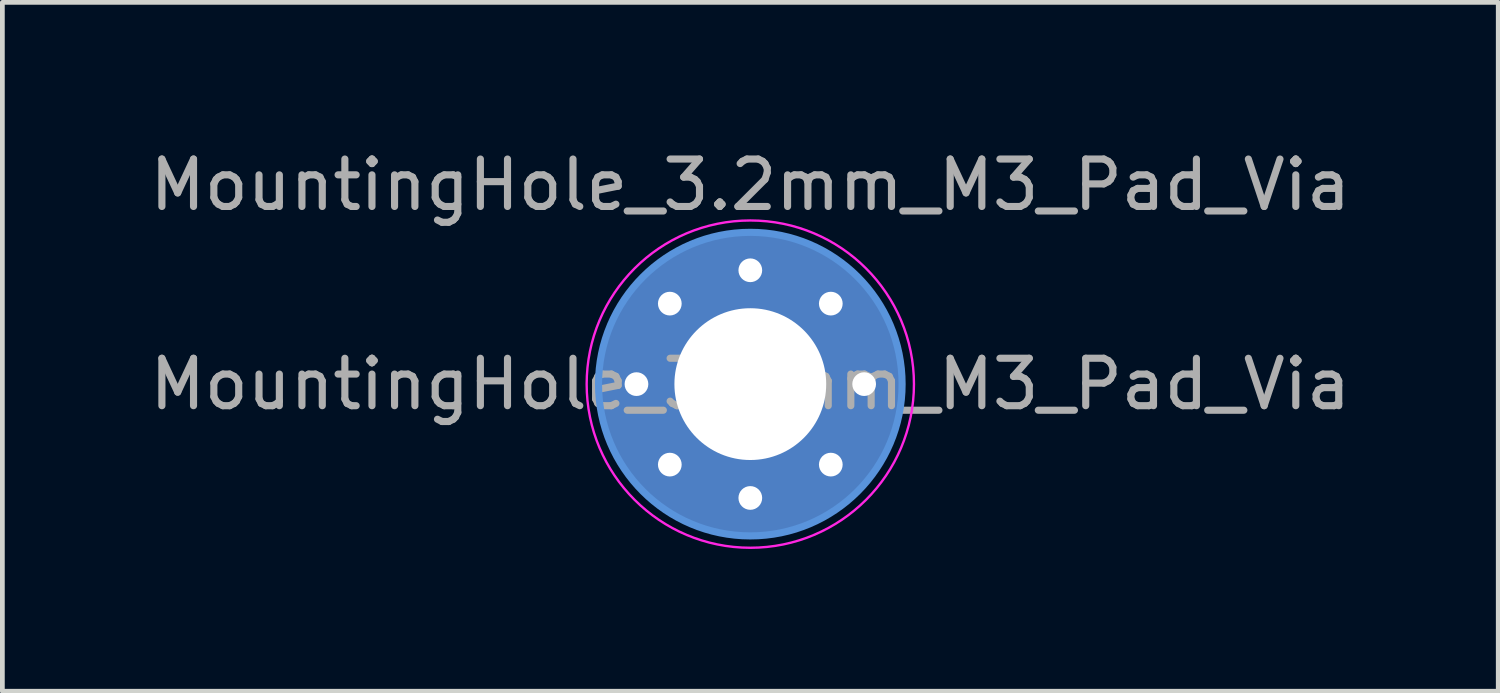
<source format=kicad_pcb>
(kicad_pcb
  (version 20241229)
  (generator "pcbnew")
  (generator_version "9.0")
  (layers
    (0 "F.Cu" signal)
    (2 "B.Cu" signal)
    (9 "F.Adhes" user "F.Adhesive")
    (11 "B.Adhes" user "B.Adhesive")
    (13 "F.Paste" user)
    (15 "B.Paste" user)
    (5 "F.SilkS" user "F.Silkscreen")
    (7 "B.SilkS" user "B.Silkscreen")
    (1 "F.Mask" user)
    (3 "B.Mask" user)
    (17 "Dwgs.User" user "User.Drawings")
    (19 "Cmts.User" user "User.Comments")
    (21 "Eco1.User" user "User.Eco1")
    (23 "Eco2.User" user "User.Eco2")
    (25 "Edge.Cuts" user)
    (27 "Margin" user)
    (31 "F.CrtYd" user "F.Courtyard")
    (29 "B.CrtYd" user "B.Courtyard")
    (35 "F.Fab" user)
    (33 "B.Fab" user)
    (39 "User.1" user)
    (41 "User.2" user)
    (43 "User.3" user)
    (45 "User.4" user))
  (footprint "MountingHole_3.2mm_M3_Pad_Via"
    (layer "F.Cu")
    (at 12.768 5.048)
    (property "Reference" "MountingHole_3.2mm_M3_Pad_Via" (at 0 -4.2 0) (layer "F.Fab") (effects (font (size 1 1) (thickness 0.15))))
    (attr exclude_from_pos_files exclude_from_bom)
    (fp_circle (center 0 0) (end 3.2 0) (stroke (width 0.15) (type solid)) (fill no) (layer "Cmts.User"))
    (fp_circle (center 0 0) (end 3.45 0) (stroke (width 0.05) (type solid)) (fill no) (layer "F.CrtYd"))
    (fp_text user "${REFERENCE}" (at 0 0 0) (layer "F.Fab") (effects (font (size 1 1) (thickness 0.15))))
    (pad "1" thru_hole circle (at -2.4 0) (size 0.8 0.8) (drill 0.5) (layers "*.Cu" "*.Mask"))
    (pad "1" thru_hole circle (at -1.697 -1.697) (size 0.8 0.8) (drill 0.5) (layers "*.Cu" "*.Mask"))
    (pad "1" thru_hole circle (at -1.697 1.697) (size 0.8 0.8) (drill 0.5) (layers "*.Cu" "*.Mask"))
    (pad "1" thru_hole circle (at 0 -2.4) (size 0.8 0.8) (drill 0.5) (layers "*.Cu" "*.Mask"))
    (pad "1" thru_hole circle (at 0 0) (size 6.4 6.4) (drill 3.2) (layers "*.Cu" "*.Mask"))
    (pad "1" thru_hole circle (at 0 2.4) (size 0.8 0.8) (drill 0.5) (layers "*.Cu" "*.Mask"))
    (pad "1" thru_hole circle (at 1.697 -1.697) (size 0.8 0.8) (drill 0.5) (layers "*.Cu" "*.Mask"))
    (pad "1" thru_hole circle (at 1.697 1.697) (size 0.8 0.8) (drill 0.5) (layers "*.Cu" "*.Mask"))
    (pad "1" thru_hole circle (at 2.4 0) (size 0.8 0.8) (drill 0.5) (layers "*.Cu" "*.Mask")))
  (gr_rect
    (start -3 -3)
    (end 28.536 11.523)
    (stroke (width 0.1) (type default))
    (fill no)
    (layer "Edge.Cuts")))
</source>
